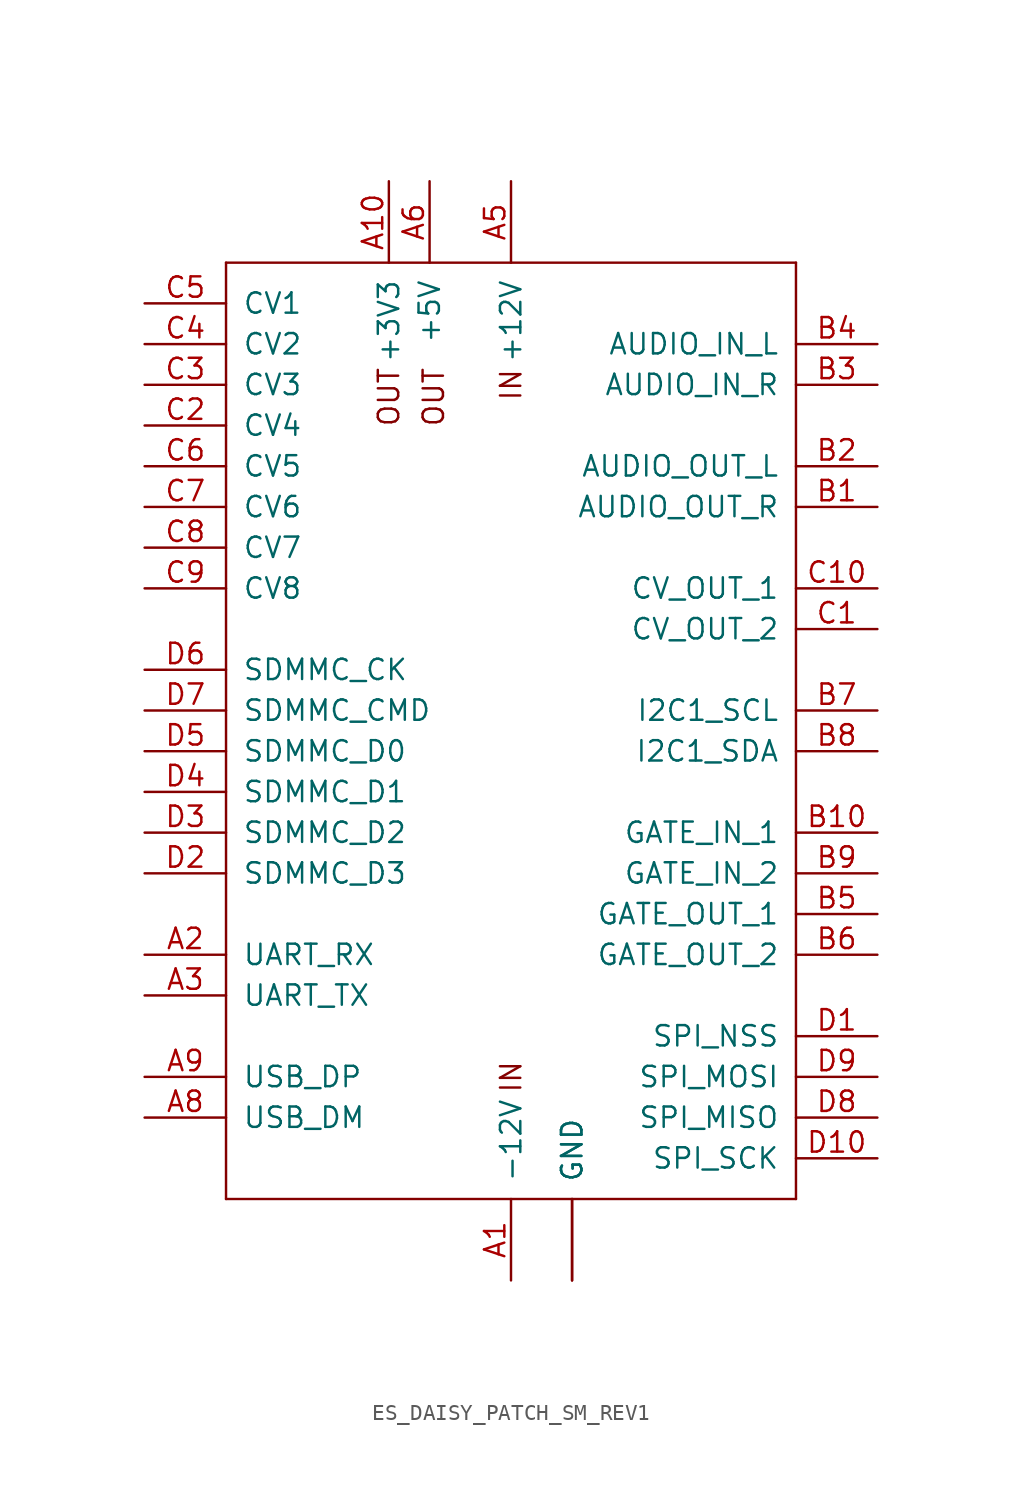
<source format=kicad_sym>
(kicad_symbol_lib
  (version 20241209)
  (generator "kicad_symbol_editor")
  (generator_version "9.0")
  (symbol "ES_DAISY_PATCH_SM_REV1"
    (pin_names
      (offset 1.016))
    (property "Reference" "ES"
      (at 0 0 0)
      (effects (font (size 1.27 1.27)) (hide yes)))
    (symbol "ES_DAISY_PATCH_SM_REV1_1_0"
      (polyline (pts (xy -17.78 27.94) (xy -17.78 -30.48)) (stroke (width 0) (type solid)) (fill (type none)))
      (polyline (pts (xy -17.78 -30.48) (xy 17.78 -30.48)) (stroke (width 0) (type solid)) (fill (type none)))
      (polyline (pts (xy 17.78 27.94) (xy -17.78 27.94)) (stroke (width 0) (type solid)) (fill (type none)))
      (polyline (pts (xy 17.78 -30.48) (xy 17.78 27.94)) (stroke (width 0) (type solid)) (fill (type none)))
      (pin input line (at -22.86 25.4 0) (length 5.08) (name "CV1" (effects (font (size 1.27 1.27)))) (number "C5" (effects (font (size 1.27 1.27)))))
      (pin input line (at -22.86 22.86 0) (length 5.08) (name "CV2" (effects (font (size 1.27 1.27)))) (number "C4" (effects (font (size 1.27 1.27)))))
      (pin input line (at -22.86 20.32 0) (length 5.08) (name "CV3" (effects (font (size 1.27 1.27)))) (number "C3" (effects (font (size 1.27 1.27)))))
      (pin input line (at -22.86 17.78 0) (length 5.08) (name "CV4" (effects (font (size 1.27 1.27)))) (number "C2" (effects (font (size 1.27 1.27)))))
      (pin input line (at -22.86 15.24 0) (length 5.08) (name "CV5" (effects (font (size 1.27 1.27)))) (number "C6" (effects (font (size 1.27 1.27)))))
      (pin input line (at -22.86 12.7 0) (length 5.08) (name "CV6" (effects (font (size 1.27 1.27)))) (number "C7" (effects (font (size 1.27 1.27)))))
      (pin input line (at -22.86 10.16 0) (length 5.08) (name "CV7" (effects (font (size 1.27 1.27)))) (number "C8" (effects (font (size 1.27 1.27)))))
      (pin input line (at -22.86 7.62 0) (length 5.08) (name "CV8" (effects (font (size 1.27 1.27)))) (number "C9" (effects (font (size 1.27 1.27)))))
      (pin bidirectional line (at -22.86 2.54 0) (length 5.08) (name "SDMMC_CK" (effects (font (size 1.27 1.27)))) (number "D6" (effects (font (size 1.27 1.27)))))
      (pin bidirectional line (at -22.86 0 0) (length 5.08) (name "SDMMC_CMD" (effects (font (size 1.27 1.27)))) (number "D7" (effects (font (size 1.27 1.27)))))
      (pin bidirectional line (at -22.86 -2.54 0) (length 5.08) (name "SDMMC_D0" (effects (font (size 1.27 1.27)))) (number "D5" (effects (font (size 1.27 1.27)))))
      (pin bidirectional line (at -22.86 -5.08 0) (length 5.08) (name "SDMMC_D1" (effects (font (size 1.27 1.27)))) (number "D4" (effects (font (size 1.27 1.27)))))
      (pin bidirectional line (at -22.86 -7.62 0) (length 5.08) (name "SDMMC_D2" (effects (font (size 1.27 1.27)))) (number "D3" (effects (font (size 1.27 1.27)))))
      (pin bidirectional line (at -22.86 -10.16 0) (length 5.08) (name "SDMMC_D3" (effects (font (size 1.27 1.27)))) (number "D2" (effects (font (size 1.27 1.27)))))
      (pin bidirectional line (at -22.86 -15.24 0) (length 5.08) (name "UART_RX" (effects (font (size 1.27 1.27)))) (number "A2" (effects (font (size 1.27 1.27)))))
      (pin bidirectional line (at -22.86 -17.78 0) (length 5.08) (name "UART_TX" (effects (font (size 1.27 1.27)))) (number "A3" (effects (font (size 1.27 1.27)))))
      (pin bidirectional line (at -22.86 -22.86 0) (length 5.08) (name "USB_DP" (effects (font (size 1.27 1.27)))) (number "A9" (effects (font (size 1.27 1.27)))))
      (pin bidirectional line (at -22.86 -25.4 0) (length 5.08) (name "USB_DM" (effects (font (size 1.27 1.27)))) (number "A8" (effects (font (size 1.27 1.27)))))
      (pin output line (at -7.62 33.02 270) (length 5.08) (name "+3V3" (effects (font (size 1.27 1.27)))) (number "A10" (effects (font (size 1.27 1.27)))))
      (pin output line (at -5.08 33.02 270) (length 5.08) (name "+5V" (effects (font (size 1.27 1.27)))) (number "A6" (effects (font (size 1.27 1.27)))))
      (pin power_in line (at 0 33.02 270) (length 5.08) (name "+12V" (effects (font (size 1.27 1.27)))) (number "A5" (effects (font (size 1.27 1.27)))))
      (pin bidirectional line (at 0 -35.56 90) (length 5.08) (name "-12V" (effects (font (size 1.27 1.27)))) (number "A1" (effects (font (size 1.27 1.27)))))
      (pin passive line (at 3.81 -35.56 90) (length 5.08) (name "GND" (effects (font (size 1.27 1.27)))) (number "A4" (effects (font (size 0 0)))))
      (pin passive line (at 3.81 -35.56 90) (length 5.08) (name "GND" (effects (font (size 1.27 1.27)))) (number "A7" (effects (font (size 0 0)))))
      (pin input line (at 22.86 22.86 180) (length 5.08) (name "AUDIO_IN_L" (effects (font (size 1.27 1.27)))) (number "B4" (effects (font (size 1.27 1.27)))))
      (pin input line (at 22.86 20.32 180) (length 5.08) (name "AUDIO_IN_R" (effects (font (size 1.27 1.27)))) (number "B3" (effects (font (size 1.27 1.27)))))
      (pin output line (at 22.86 15.24 180) (length 5.08) (name "AUDIO_OUT_L" (effects (font (size 1.27 1.27)))) (number "B2" (effects (font (size 1.27 1.27)))))
      (pin output line (at 22.86 12.7 180) (length 5.08) (name "AUDIO_OUT_R" (effects (font (size 1.27 1.27)))) (number "B1" (effects (font (size 1.27 1.27)))))
      (pin output line (at 22.86 7.62 180) (length 5.08) (name "CV_OUT_1" (effects (font (size 1.27 1.27)))) (number "C10" (effects (font (size 1.27 1.27)))))
      (pin output line (at 22.86 5.08 180) (length 5.08) (name "CV_OUT_2" (effects (font (size 1.27 1.27)))) (number "C1" (effects (font (size 1.27 1.27)))))
      (pin bidirectional line (at 22.86 0 180) (length 5.08) (name "I2C1_SCL" (effects (font (size 1.27 1.27)))) (number "B7" (effects (font (size 1.27 1.27)))))
      (pin bidirectional line (at 22.86 -2.54 180) (length 5.08) (name "I2C1_SDA" (effects (font (size 1.27 1.27)))) (number "B8" (effects (font (size 1.27 1.27)))))
      (pin input line (at 22.86 -7.62 180) (length 5.08) (name "GATE_IN_1" (effects (font (size 1.27 1.27)))) (number "B10" (effects (font (size 1.27 1.27)))))
      (pin input line (at 22.86 -10.16 180) (length 5.08) (name "GATE_IN_2" (effects (font (size 1.27 1.27)))) (number "B9" (effects (font (size 1.27 1.27)))))
      (pin output line (at 22.86 -12.7 180) (length 5.08) (name "GATE_OUT_1" (effects (font (size 1.27 1.27)))) (number "B5" (effects (font (size 1.27 1.27)))))
      (pin output line (at 22.86 -15.24 180) (length 5.08) (name "GATE_OUT_2" (effects (font (size 1.27 1.27)))) (number "B6" (effects (font (size 1.27 1.27)))))
      (pin bidirectional line (at 22.86 -20.32 180) (length 5.08) (name "SPI_NSS" (effects (font (size 1.27 1.27)))) (number "D1" (effects (font (size 1.27 1.27)))))
      (pin bidirectional line (at 22.86 -22.86 180) (length 5.08) (name "SPI_MOSI" (effects (font (size 1.27 1.27)))) (number "D9" (effects (font (size 1.27 1.27)))))
      (pin bidirectional line (at 22.86 -25.4 180) (length 5.08) (name "SPI_MISO" (effects (font (size 1.27 1.27)))) (number "D8" (effects (font (size 1.27 1.27)))))
      (pin bidirectional line (at 22.86 -27.94 180) (length 5.08) (name "SPI_SCK" (effects (font (size 1.27 1.27)))) (number "D10" (effects (font (size 1.27 1.27))))))
    (symbol "ES_DAISY_PATCH_SM_REV1_1_1"
      (text "OUT" (at -7.62 19.558 900) (effects (font (size 1.27 1.27))))
      (text "OUT" (at -4.826 19.558 900) (effects (font (size 1.27 1.27))))
      (text "IN" (at 0 20.32 900) (effects (font (size 1.27 1.27))))
      (text "IN" (at 0 -22.86 900) (effects (font (size 1.27 1.27)))))))
</source>
